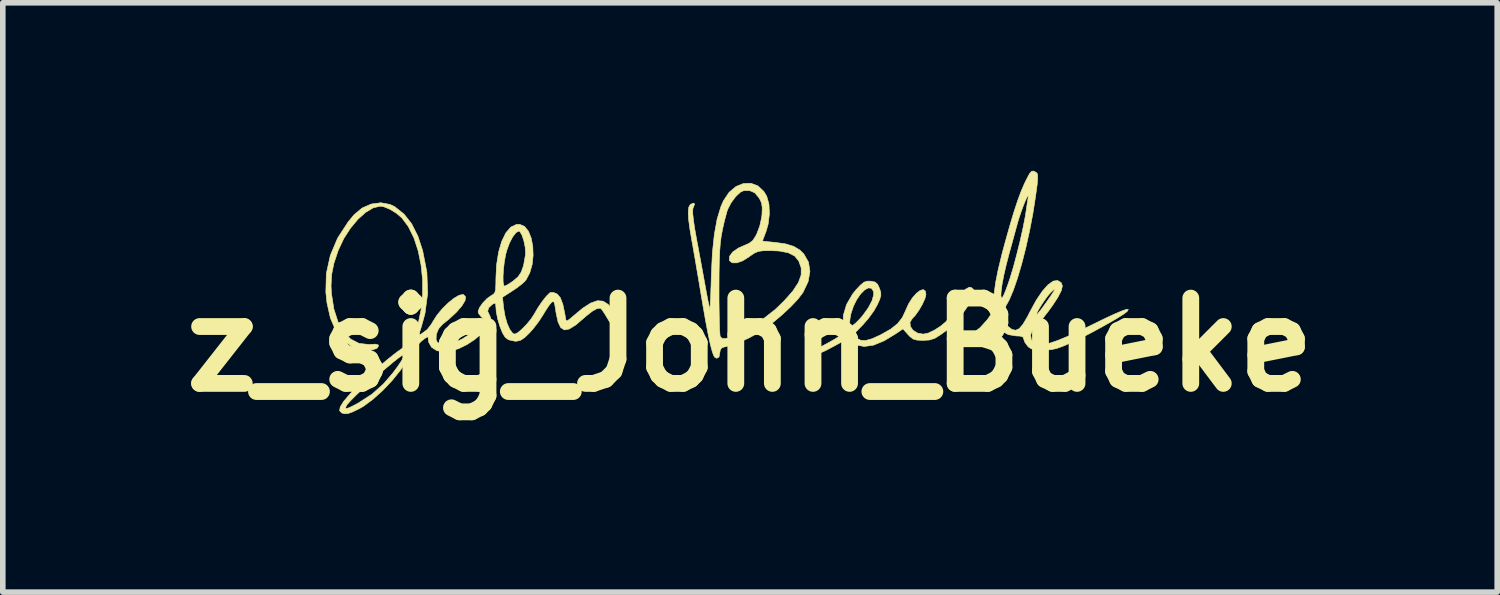
<source format=kicad_pcb>
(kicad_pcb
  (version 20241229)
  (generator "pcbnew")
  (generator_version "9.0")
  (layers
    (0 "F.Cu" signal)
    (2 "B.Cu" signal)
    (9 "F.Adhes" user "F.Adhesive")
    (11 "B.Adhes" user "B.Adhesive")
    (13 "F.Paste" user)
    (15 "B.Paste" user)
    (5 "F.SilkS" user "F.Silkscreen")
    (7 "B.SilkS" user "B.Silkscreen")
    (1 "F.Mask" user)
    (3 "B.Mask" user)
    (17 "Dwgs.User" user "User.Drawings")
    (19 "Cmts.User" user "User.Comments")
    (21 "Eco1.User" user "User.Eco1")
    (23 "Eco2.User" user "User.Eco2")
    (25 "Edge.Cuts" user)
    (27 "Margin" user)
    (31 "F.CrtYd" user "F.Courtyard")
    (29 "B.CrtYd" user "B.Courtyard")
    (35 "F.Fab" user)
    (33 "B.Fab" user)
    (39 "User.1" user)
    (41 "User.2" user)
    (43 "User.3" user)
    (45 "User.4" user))
  (footprint "z_sig_John_Bueke"
    (layer "F.Cu")
    (at 10.349 3.11)
    (property "Reference" "z_sig_John_Bueke" (at 0 0 0) (layer "F.SilkS") (effects (font (size 1.524 1.524) (thickness 0.3))))
    (attr through_hole)
    (fp_poly (pts (xy 0.14 -2.84) (xy 0.246 -2.741) (xy 0.298 -2.655) (xy 0.338 -2.513) (xy 0.346 -2.34) (xy 0.324 -2.157) (xy 0.286 -2.024) (xy 0.251 -1.933) (xy 0.228 -1.871) (xy 0.222 -1.854) (xy 0.251 -1.85) (xy 0.328 -1.841) (xy 0.435 -1.831) (xy 0.446 -1.83) (xy 0.637 -1.803) (xy 0.78 -1.759) (xy 0.89 -1.693) (xy 0.961 -1.623) (xy 1.045 -1.476) (xy 1.07 -1.31) (xy 1.038 -1.129) (xy 0.947 -0.937) (xy 0.938 -0.924) (xy 0.852 -0.812) (xy 0.726 -0.679) (xy 0.574 -0.537) (xy 0.411 -0.4) (xy 0.25 -0.28) (xy 0.137 -0.208) (xy -0.024 -0.12) (xy -0.182 -0.05) (xy -0.36 0.011) (xy -0.5 0.051) (xy -0.53 0.087) (xy -0.54 0.14) (xy -0.554 0.217) (xy -0.593 0.24) (xy -0.624 0.228) (xy -0.649 0.193) (xy -0.677 0.114) (xy -0.71 -0.012) (xy -0.748 -0.188) (xy -0.792 -0.418) (xy -0.842 -0.706) (xy -0.876 -0.905) (xy -0.912 -1.125) (xy -0.949 -1.34) (xy -0.982 -1.536) (xy -1.011 -1.7) (xy -1.031 -1.819) (xy -1.036 -1.841) (xy -1.075 -2.071) (xy -1.098 -2.246) (xy -1.104 -2.372) (xy -1.095 -2.456) (xy -1.07 -2.503) (xy -1.067 -2.506) (xy -1.014 -2.532) (xy -0.989 -2.517) (xy -1.006 -2.472) (xy -1.008 -2.469) (xy -1.022 -2.429) (xy -1.024 -2.354) (xy -1.012 -2.238) (xy -0.988 -2.073) (xy -0.949 -1.855) (xy -0.937 -1.794) (xy -0.913 -1.663) (xy -0.881 -1.492) (xy -0.846 -1.301) (xy -0.812 -1.112) (xy -0.809 -1.098) (xy -0.78 -0.939) (xy -0.754 -0.803) (xy -0.733 -0.703) (xy -0.721 -0.65) (xy -0.718 -0.644) (xy -0.714 -0.671) (xy -0.709 -0.751) (xy -0.703 -0.876) (xy -0.699 -1) (xy -0.554 -1) (xy -0.554 -0.779) (xy -0.551 -0.578) (xy -0.548 -0.404) (xy -0.543 -0.269) (xy -0.537 -0.18) (xy -0.533 -0.15) (xy -0.5 -0.115) (xy -0.438 -0.112) (xy -0.339 -0.14) (xy -0.197 -0.203) (xy -0.147 -0.228) (xy 0.17 -0.412) (xy 0.455 -0.635) (xy 0.612 -0.788) (xy 0.765 -0.961) (xy 0.864 -1.112) (xy 0.913 -1.247) (xy 0.914 -1.373) (xy 0.871 -1.496) (xy 0.798 -1.586) (xy 0.682 -1.645) (xy 0.519 -1.676) (xy 0.366 -1.683) (xy 0.24 -1.681) (xy 0.154 -1.67) (xy 0.086 -1.643) (xy 0.013 -1.595) (xy -0.018 -1.572) (xy -0.133 -1.5) (xy -0.237 -1.464) (xy -0.32 -1.465) (xy -0.368 -1.505) (xy -0.37 -1.508) (xy -0.366 -1.582) (xy -0.309 -1.659) (xy -0.207 -1.729) (xy -0.122 -1.767) (xy -0.018 -1.812) (xy 0.049 -1.863) (xy 0.1 -1.941) (xy 0.123 -1.987) (xy 0.174 -2.123) (xy 0.208 -2.279) (xy 0.214 -2.334) (xy 0.218 -2.451) (xy 0.206 -2.533) (xy 0.173 -2.605) (xy 0.153 -2.635) (xy 0.085 -2.715) (xy 0.007 -2.75) (xy -0.036 -2.756) (xy -0.11 -2.755) (xy -0.17 -2.728) (xy -0.239 -2.665) (xy -0.263 -2.639) (xy -0.339 -2.536) (xy -0.398 -2.422) (xy -0.414 -2.375) (xy -0.457 -2.214) (xy -0.489 -2.074) (xy -0.514 -1.944) (xy -0.531 -1.811) (xy -0.542 -1.664) (xy -0.549 -1.49) (xy -0.553 -1.277) (xy -0.554 -1.013) (xy -0.554 -1) (xy -0.699 -1) (xy -0.697 -1.037) (xy -0.692 -1.223) (xy -0.691 -1.245) (xy -0.673 -1.637) (xy -0.638 -1.969) (xy -0.588 -2.246) (xy -0.52 -2.47) (xy -0.474 -2.575) (xy -0.373 -2.725) (xy -0.251 -2.828) (xy -0.118 -2.882) (xy 0.015 -2.886) (xy 0.14 -2.84)) (stroke (width 0.01) (type solid)) (fill yes) (layer "F.SilkS"))
    (fp_poly (pts (xy 5.109 -3.082) (xy 5.111 -3.081) (xy 5.129 -3.062) (xy 5.139 -3.026) (xy 5.139 -2.964) (xy 5.13 -2.864) (xy 5.11 -2.717) (xy 5.1 -2.645) (xy 5.052 -2.338) (xy 4.993 -2.03) (xy 4.926 -1.73) (xy 4.854 -1.448) (xy 4.779 -1.193) (xy 4.704 -0.975) (xy 4.631 -0.803) (xy 4.577 -0.705) (xy 4.514 -0.584) (xy 4.505 -0.483) (xy 4.552 -0.389) (xy 4.602 -0.335) (xy 4.677 -0.276) (xy 4.744 -0.26) (xy 4.808 -0.288) (xy 4.876 -0.367) (xy 4.955 -0.5) (xy 4.975 -0.54) (xy 5.122 -0.54) (xy 5.122 -0.54) (xy 5.146 -0.564) (xy 5.197 -0.627) (xy 5.264 -0.718) (xy 5.278 -0.738) (xy 5.37 -0.87) (xy 5.425 -0.953) (xy 5.444 -0.992) (xy 5.428 -0.987) (xy 5.38 -0.942) (xy 5.374 -0.937) (xy 5.321 -0.876) (xy 5.26 -0.793) (xy 5.201 -0.704) (xy 5.152 -0.623) (xy 5.122 -0.563) (xy 5.122 -0.54) (xy 4.975 -0.54) (xy 5.005 -0.598) (xy 5.114 -0.798) (xy 5.222 -0.958) (xy 5.324 -1.073) (xy 5.416 -1.138) (xy 5.493 -1.149) (xy 5.499 -1.147) (xy 5.559 -1.11) (xy 5.58 -1.052) (xy 5.56 -0.967) (xy 5.499 -0.848) (xy 5.411 -0.713) (xy 5.321 -0.588) (xy 5.231 -0.474) (xy 5.153 -0.388) (xy 5.123 -0.359) (xy 5.046 -0.269) (xy 5.013 -0.174) (xy 5.026 -0.089) (xy 5.083 -0.03) (xy 5.152 -0.008) (xy 5.239 -0.007) (xy 5.353 -0.029) (xy 5.498 -0.078) (xy 5.681 -0.154) (xy 5.908 -0.26) (xy 6.066 -0.336) (xy 6.31 -0.456) (xy 6.499 -0.544) (xy 6.637 -0.603) (xy 6.722 -0.633) (xy 6.758 -0.634) (xy 6.745 -0.606) (xy 6.73 -0.59) (xy 6.671 -0.546) (xy 6.567 -0.48) (xy 6.429 -0.399) (xy 6.271 -0.311) (xy 6.104 -0.22) (xy 5.939 -0.135) (xy 5.789 -0.062) (xy 5.747 -0.043) (xy 5.596 0.023) (xy 5.482 0.064) (xy 5.384 0.086) (xy 5.282 0.094) (xy 5.236 0.095) (xy 5.116 0.092) (xy 5.04 0.078) (xy 4.987 0.049) (xy 4.959 0.022) (xy 4.909 -0.046) (xy 4.889 -0.105) (xy 4.875 -0.14) (xy 4.823 -0.156) (xy 4.751 -0.159) (xy 4.614 -0.182) (xy 4.503 -0.244) (xy 4.434 -0.336) (xy 4.428 -0.352) (xy 4.414 -0.38) (xy 4.389 -0.382) (xy 4.344 -0.352) (xy 4.268 -0.284) (xy 4.225 -0.243) (xy 4.068 -0.117) (xy 3.923 -0.048) (xy 3.794 -0.037) (xy 3.684 -0.083) (xy 3.595 -0.188) (xy 3.542 -0.28) (xy 3.403 -0.18) (xy 3.301 -0.116) (xy 3.206 -0.086) (xy 3.089 -0.079) (xy 2.983 -0.084) (xy 2.914 -0.103) (xy 2.856 -0.148) (xy 2.824 -0.182) (xy 2.732 -0.285) (xy 2.612 -0.203) (xy 2.395 -0.071) (xy 2.206 0.006) (xy 2.04 0.03) (xy 1.894 0.002) (xy 1.825 -0.032) (xy 1.721 -0.097) (xy 1.487 0.031) (xy 1.354 0.101) (xy 1.264 0.142) (xy 1.207 0.155) (xy 1.173 0.145) (xy 1.16 0.128) (xy 1.174 0.098) (xy 1.232 0.054) (xy 1.277 0.029) (xy 1.393 -0.033) (xy 1.516 -0.103) (xy 1.546 -0.122) (xy 1.625 -0.175) (xy 1.662 -0.218) (xy 1.668 -0.276) (xy 1.662 -0.336) (xy 1.663 -0.378) (xy 1.778 -0.378) (xy 1.781 -0.335) (xy 1.802 -0.33) (xy 1.831 -0.344) (xy 1.886 -0.387) (xy 1.96 -0.461) (xy 2.012 -0.521) (xy 2.113 -0.661) (xy 2.181 -0.791) (xy 2.21 -0.9) (xy 2.206 -0.955) (xy 2.168 -1.011) (xy 2.112 -1.016) (xy 2.045 -0.979) (xy 1.974 -0.907) (xy 1.906 -0.808) (xy 1.847 -0.689) (xy 1.804 -0.56) (xy 1.787 -0.471) (xy 1.778 -0.378) (xy 1.663 -0.378) (xy 1.666 -0.526) (xy 1.725 -0.722) (xy 1.834 -0.909) (xy 1.893 -0.982) (xy 1.976 -1.07) (xy 2.036 -1.118) (xy 2.09 -1.137) (xy 2.154 -1.137) (xy 2.234 -1.121) (xy 2.28 -1.08) (xy 2.312 -1.01) (xy 2.335 -0.94) (xy 2.337 -0.881) (xy 2.316 -0.809) (xy 2.276 -0.719) (xy 2.213 -0.607) (xy 2.121 -0.48) (xy 2.021 -0.363) (xy 2.017 -0.359) (xy 1.838 -0.175) (xy 1.91 -0.116) (xy 1.98 -0.08) (xy 2.067 -0.077) (xy 2.181 -0.109) (xy 2.334 -0.179) (xy 2.341 -0.183) (xy 2.514 -0.281) (xy 2.636 -0.378) (xy 2.721 -0.487) (xy 2.775 -0.603) (xy 2.831 -0.728) (xy 2.898 -0.835) (xy 2.97 -0.918) (xy 3.038 -0.97) (xy 3.094 -0.987) (xy 3.132 -0.96) (xy 3.143 -0.9) (xy 3.125 -0.826) (xy 3.079 -0.724) (xy 3.016 -0.616) (xy 2.949 -0.522) (xy 2.903 -0.475) (xy 2.858 -0.406) (xy 2.864 -0.329) (xy 2.912 -0.259) (xy 2.995 -0.209) (xy 3.095 -0.191) (xy 3.185 -0.21) (xy 3.292 -0.261) (xy 3.402 -0.331) (xy 3.498 -0.411) (xy 3.565 -0.488) (xy 3.588 -0.547) (xy 3.606 -0.613) (xy 3.651 -0.71) (xy 3.714 -0.817) (xy 3.78 -0.914) (xy 3.839 -0.983) (xy 3.856 -0.996) (xy 3.916 -1.029) (xy 3.955 -1.022) (xy 3.983 -0.997) (xy 4.022 -0.953) (xy 4.032 -0.936) (xy 4.015 -0.894) (xy 3.971 -0.817) (xy 3.911 -0.722) (xy 3.845 -0.625) (xy 3.789 -0.55) (xy 3.712 -0.429) (xy 3.683 -0.32) (xy 3.701 -0.234) (xy 3.749 -0.189) (xy 3.857 -0.166) (xy 3.977 -0.205) (xy 4.109 -0.305) (xy 4.241 -0.451) (xy 4.311 -0.552) (xy 4.343 -0.644) (xy 4.35 -0.73) (xy 4.358 -0.872) (xy 4.482 -0.872) (xy 4.494 -0.837) (xy 4.504 -0.838) (xy 4.527 -0.876) (xy 4.563 -0.96) (xy 4.607 -1.079) (xy 4.648 -1.2) (xy 4.706 -1.393) (xy 4.766 -1.618) (xy 4.825 -1.856) (xy 4.876 -2.085) (xy 4.916 -2.288) (xy 4.933 -2.397) (xy 4.95 -2.514) (xy 4.968 -2.627) (xy 4.969 -2.635) (xy 4.969 -2.665) (xy 4.953 -2.646) (xy 4.925 -2.588) (xy 4.889 -2.501) (xy 4.85 -2.397) (xy 4.812 -2.285) (xy 4.779 -2.177) (xy 4.779 -2.175) (xy 4.753 -2.082) (xy 4.716 -1.946) (xy 4.672 -1.785) (xy 4.626 -1.619) (xy 4.575 -1.422) (xy 4.533 -1.24) (xy 4.503 -1.082) (xy 4.486 -0.957) (xy 4.482 -0.872) (xy 4.358 -0.872) (xy 4.36 -0.907) (xy 4.387 -1.111) (xy 4.435 -1.351) (xy 4.504 -1.634) (xy 4.56 -1.841) (xy 4.643 -2.136) (xy 4.716 -2.378) (xy 4.781 -2.576) (xy 4.842 -2.74) (xy 4.901 -2.878) (xy 4.937 -2.952) (xy 4.988 -3.049) (xy 5.026 -3.097) (xy 5.062 -3.105) (xy 5.109 -3.082)) (stroke (width 0.01) (type solid)) (fill yes) (layer "F.SilkS"))
    (fp_poly (pts (xy -6.432 -2.508) (xy -6.348 -2.468) (xy -6.182 -2.336) (xy -6.045 -2.162) (xy -5.933 -1.939) (xy -5.848 -1.681) (xy -5.773 -1.297) (xy -5.759 -0.921) (xy -5.807 -0.557) (xy -5.869 -0.332) (xy -5.899 -0.237) (xy -5.908 -0.191) (xy -5.895 -0.183) (xy -5.876 -0.192) (xy -5.766 -0.273) (xy -5.688 -0.375) (xy -5.669 -0.41) (xy -5.596 -0.525) (xy -5.502 -0.64) (xy -5.396 -0.745) (xy -5.291 -0.83) (xy -5.198 -0.885) (xy -5.128 -0.9) (xy -5.12 -0.898) (xy -5.081 -0.858) (xy -5.091 -0.789) (xy -5.148 -0.695) (xy -5.246 -0.582) (xy -5.383 -0.455) (xy -5.497 -0.363) (xy -5.564 -0.286) (xy -5.603 -0.19) (xy -5.609 -0.098) (xy -5.587 -0.046) (xy -5.517 -0.008) (xy -5.412 -0.008) (xy -5.284 -0.04) (xy -5.147 -0.101) (xy -5.012 -0.186) (xy -4.894 -0.288) (xy -4.815 -0.373) (xy -4.775 -0.427) (xy -4.77 -0.463) (xy -4.794 -0.495) (xy -4.81 -0.508) (xy -4.851 -0.563) (xy -4.858 -0.593) (xy -4.835 -0.661) (xy -4.777 -0.745) (xy -4.7 -0.825) (xy -4.628 -0.877) (xy -4.584 -0.903) (xy -4.558 -0.936) (xy -4.545 -0.992) (xy -4.541 -1.085) (xy -4.54 -1.17) (xy -4.538 -1.227) (xy -4.412 -1.227) (xy -4.411 -1.125) (xy -4.4 -1.062) (xy -4.386 -1.048) (xy -4.347 -1.065) (xy -4.276 -1.109) (xy -4.229 -1.142) (xy -4.143 -1.216) (xy -4.087 -1.3) (xy -4.046 -1.415) (xy -4.01 -1.618) (xy -4.016 -1.738) (xy -4.041 -1.861) (xy -4.075 -1.961) (xy -4.11 -2.021) (xy -4.13 -2.032) (xy -4.181 -2.004) (xy -4.24 -1.928) (xy -4.297 -1.819) (xy -4.344 -1.691) (xy -4.363 -1.622) (xy -4.388 -1.49) (xy -4.404 -1.353) (xy -4.412 -1.227) (xy -4.538 -1.227) (xy -4.528 -1.428) (xy -4.492 -1.656) (xy -4.436 -1.848) (xy -4.363 -1.999) (xy -4.274 -2.102) (xy -4.172 -2.151) (xy -4.117 -2.153) (xy -4.028 -2.115) (xy -3.958 -2.028) (xy -3.909 -1.905) (xy -3.881 -1.757) (xy -3.875 -1.596) (xy -3.892 -1.435) (xy -3.935 -1.286) (xy -4.002 -1.16) (xy -4.025 -1.132) (xy -4.081 -1.082) (xy -4.169 -1.015) (xy -4.251 -0.96) (xy -4.422 -0.85) (xy -4.402 -0.66) (xy -4.377 -0.514) (xy -4.339 -0.381) (xy -4.291 -0.274) (xy -4.241 -0.207) (xy -4.205 -0.191) (xy -4.153 -0.214) (xy -4.078 -0.276) (xy -3.995 -0.361) (xy -3.916 -0.456) (xy -3.856 -0.547) (xy -3.851 -0.556) (xy -3.787 -0.665) (xy -3.713 -0.774) (xy -3.641 -0.865) (xy -3.582 -0.924) (xy -3.563 -0.936) (xy -3.503 -0.933) (xy -3.443 -0.906) (xy -3.389 -0.842) (xy -3.344 -0.723) (xy -3.307 -0.546) (xy -3.294 -0.461) (xy -3.284 -0.43) (xy -3.259 -0.432) (xy -3.207 -0.471) (xy -3.159 -0.513) (xy -2.987 -0.656) (xy -2.844 -0.747) (xy -2.725 -0.788) (xy -2.625 -0.78) (xy -2.538 -0.725) (xy -2.523 -0.71) (xy -2.47 -0.645) (xy -2.445 -0.595) (xy -2.444 -0.591) (xy -2.425 -0.543) (xy -2.382 -0.477) (xy -2.381 -0.476) (xy -2.335 -0.397) (xy -2.32 -0.33) (xy -2.339 -0.29) (xy -2.357 -0.286) (xy -2.409 -0.298) (xy -2.458 -0.34) (xy -2.517 -0.423) (xy -2.554 -0.484) (xy -2.607 -0.571) (xy -2.651 -0.634) (xy -2.669 -0.652) (xy -2.725 -0.651) (xy -2.814 -0.603) (xy -2.93 -0.512) (xy -2.971 -0.476) (xy -3.117 -0.352) (xy -3.231 -0.282) (xy -3.317 -0.266) (xy -3.381 -0.307) (xy -3.429 -0.406) (xy -3.464 -0.564) (xy -3.476 -0.645) (xy -3.491 -0.734) (xy -3.508 -0.771) (xy -3.534 -0.767) (xy -3.546 -0.757) (xy -3.587 -0.709) (xy -3.644 -0.624) (xy -3.694 -0.541) (xy -3.774 -0.417) (xy -3.875 -0.286) (xy -3.939 -0.214) (xy -4.028 -0.128) (xy -4.098 -0.082) (xy -4.166 -0.065) (xy -4.196 -0.064) (xy -4.315 -0.09) (xy -4.374 -0.135) (xy -4.421 -0.211) (xy -4.468 -0.327) (xy -4.508 -0.462) (xy -4.534 -0.593) (xy -4.54 -0.674) (xy -4.545 -0.734) (xy -4.569 -0.742) (xy -4.603 -0.723) (xy -4.669 -0.662) (xy -4.687 -0.597) (xy -4.668 -0.56) (xy -4.635 -0.487) (xy -4.651 -0.397) (xy -4.71 -0.297) (xy -4.803 -0.193) (xy -4.921 -0.093) (xy -5.057 -0.004) (xy -5.202 0.067) (xy -5.347 0.113) (xy -5.471 0.127) (xy -5.597 0.104) (xy -5.691 0.042) (xy -5.742 -0.049) (xy -5.747 -0.092) (xy -5.749 -0.132) (xy -5.766 -0.141) (xy -5.809 -0.114) (xy -5.871 -0.065) (xy -5.956 0.02) (xy -6.049 0.144) (xy -6.126 0.27) (xy -6.241 0.448) (xy -6.391 0.635) (xy -6.561 0.815) (xy -6.738 0.974) (xy -6.906 1.098) (xy -6.974 1.137) (xy -7.094 1.196) (xy -7.178 1.227) (xy -7.24 1.232) (xy -7.295 1.217) (xy -7.332 1.178) (xy -7.324 1.127) (xy -7.226 1.127) (xy -7.208 1.139) (xy -7.152 1.12) (xy -7.05 1.068) (xy -6.982 1.03) (xy -6.752 0.88) (xy -6.552 0.702) (xy -6.386 0.51) (xy -6.297 0.391) (xy -6.229 0.29) (xy -6.187 0.215) (xy -6.176 0.175) (xy -6.197 0.176) (xy -6.266 0.224) (xy -6.368 0.304) (xy -6.493 0.409) (xy -6.632 0.528) (xy -6.774 0.655) (xy -6.911 0.78) (xy -7.033 0.895) (xy -7.13 0.992) (xy -7.193 1.061) (xy -7.21 1.085) (xy -7.226 1.127) (xy -7.324 1.127) (xy -7.321 1.11) (xy -7.26 1.011) (xy -7.147 0.879) (xy -7.104 0.834) (xy -6.961 0.693) (xy -6.798 0.54) (xy -6.626 0.389) (xy -6.46 0.249) (xy -6.313 0.133) (xy -6.213 0.063) (xy -6.09 -0.052) (xy -5.993 -0.216) (xy -5.92 -0.419) (xy -5.872 -0.651) (xy -5.849 -0.903) (xy -5.85 -1.164) (xy -5.877 -1.426) (xy -5.928 -1.677) (xy -6.004 -1.91) (xy -6.105 -2.113) (xy -6.218 -2.265) (xy -6.315 -2.349) (xy -6.43 -2.42) (xy -6.541 -2.466) (xy -6.604 -2.477) (xy -6.73 -2.448) (xy -6.866 -2.367) (xy -7.005 -2.243) (xy -7.137 -2.085) (xy -7.256 -1.901) (xy -7.351 -1.7) (xy -7.358 -1.683) (xy -7.434 -1.456) (xy -7.475 -1.253) (xy -7.485 -1.05) (xy -7.477 -0.912) (xy -7.435 -0.641) (xy -7.362 -0.413) (xy -7.261 -0.232) (xy -7.134 -0.102) (xy -6.984 -0.025) (xy -6.813 -0.006) (xy -6.791 -0.007) (xy -6.69 -0.012) (xy -6.642 0.002) (xy -6.636 0.017) (xy -6.664 0.062) (xy -6.737 0.088) (xy -6.839 0.095) (xy -6.955 0.083) (xy -7.069 0.051) (xy -7.11 0.033) (xy -7.272 -0.085) (xy -7.401 -0.256) (xy -7.497 -0.479) (xy -7.558 -0.751) (xy -7.578 -0.943) (xy -7.569 -1.274) (xy -7.498 -1.597) (xy -7.368 -1.906) (xy -7.178 -2.198) (xy -7.074 -2.323) (xy -6.931 -2.443) (xy -6.767 -2.515) (xy -6.596 -2.538) (xy -6.432 -2.508)) (stroke (width 0.01) (type solid)) (fill yes) (layer "F.SilkS")))
  (gr_rect
    (start -3 -3)
    (end 23.697 7.528)
    (stroke (width 0.1) (type default))
    (fill no)
    (layer "Edge.Cuts")))
</source>
